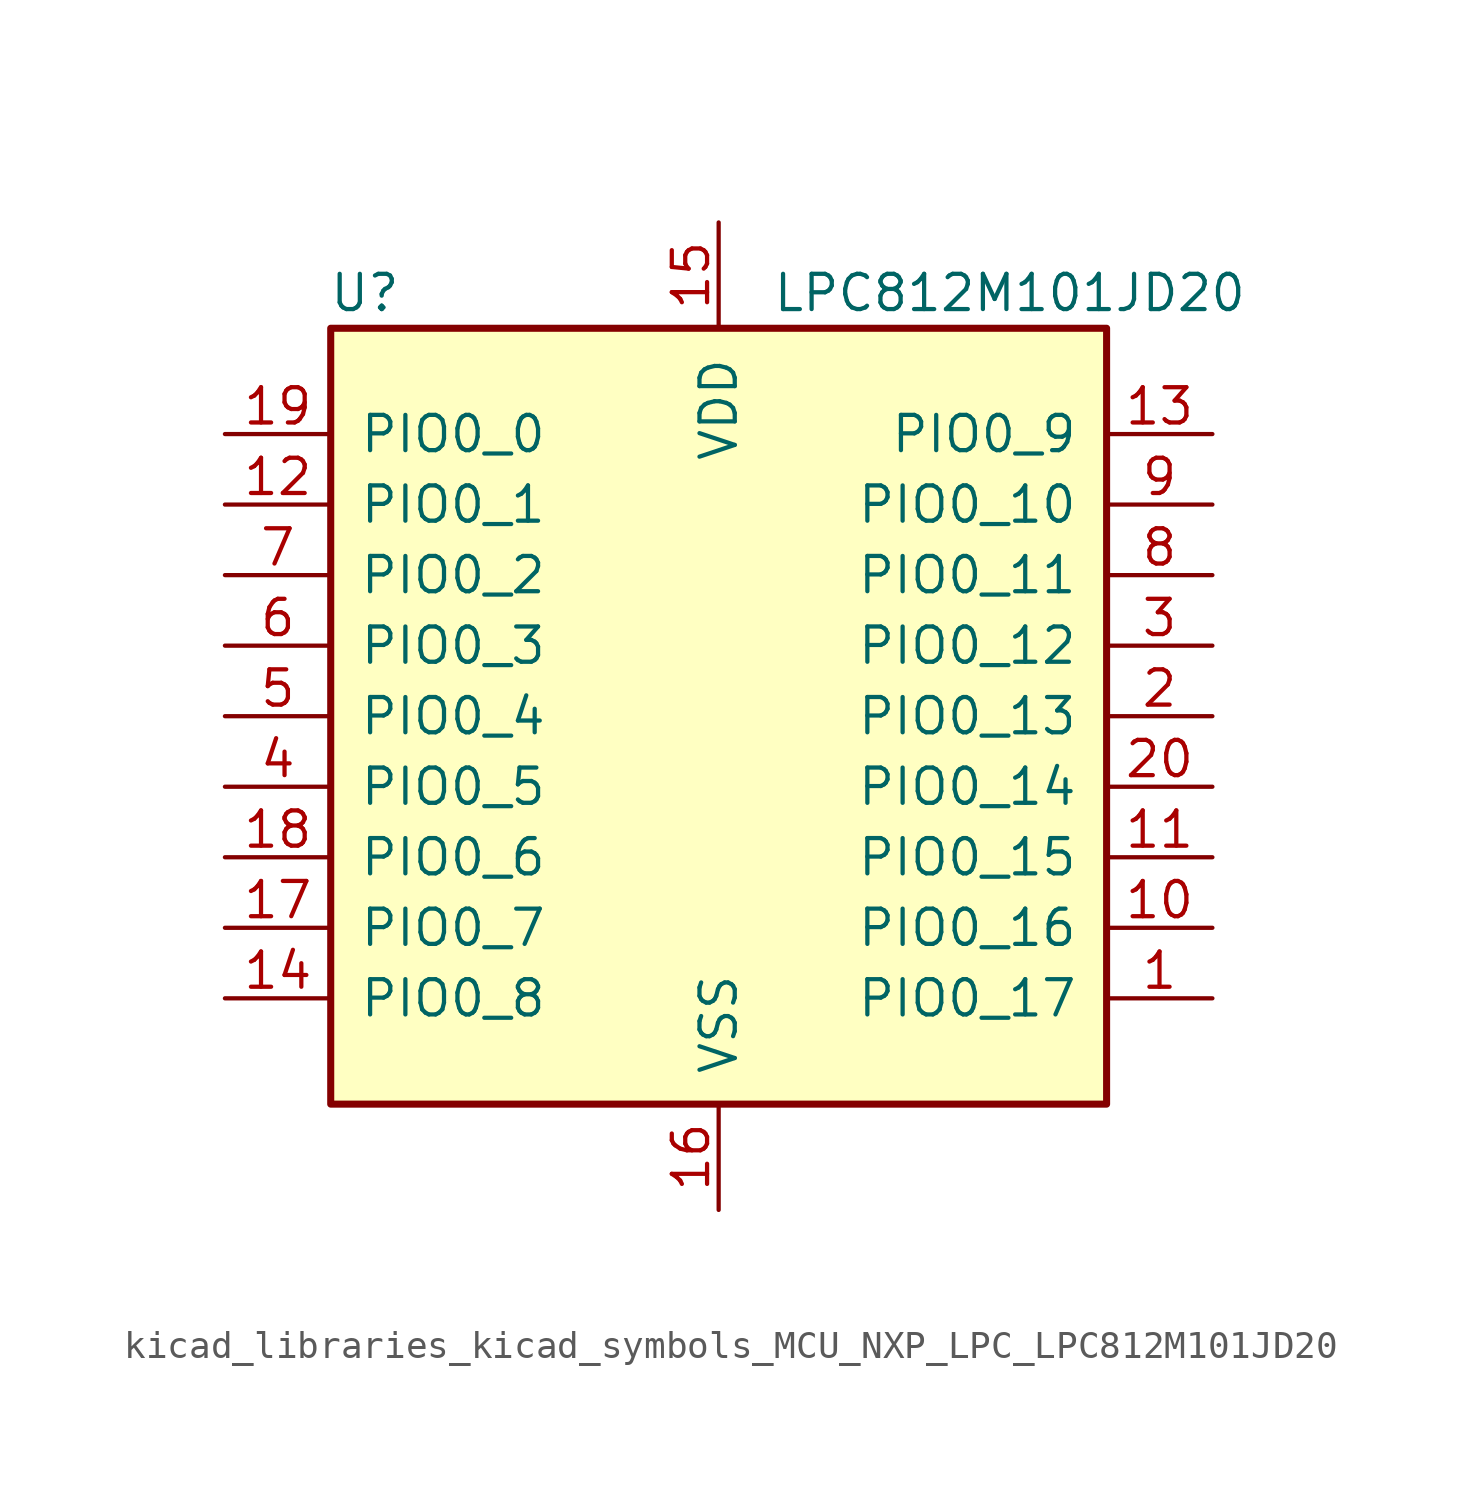
<source format=kicad_sym>
(kicad_symbol_lib
  (version 20220914)
  (generator kicad_symbol_editor)
  (symbol "kicad_libraries_kicad_symbols_MCU_NXP_LPC_LPC812M101JD20"
    (pin_names
      (offset 1.016))
    (property "Reference" "U"
      (at -11.43 15.24 0)
      (effects (font (size 1.27 1.27)) (justify right)))
    (property "Value" "LPC812M101JD20"
      (at 19.05 15.24 0)
      (effects (font (size 1.27 1.27)) (justify right)))
    (symbol "kicad_libraries_kicad_symbols_MCU_NXP_LPC_LPC812M101JD20_0_1"
      (rectangle (start 13.97 13.97) (end -13.97 -13.97) (stroke (width 0.254) (type default)) (fill (type background))))
    (symbol "kicad_libraries_kicad_symbols_MCU_NXP_LPC_LPC812M101JD20_1_1"
      (pin bidirectional line (at 17.78 -10.16 180) (length 3.81) (name "PIO0_17" (effects (font (size 1.27 1.27)))) (number "1" (effects (font (size 1.27 1.27)))))
      (pin bidirectional line (at 17.78 -7.62 180) (length 3.81) (name "PIO0_16" (effects (font (size 1.27 1.27)))) (number "10" (effects (font (size 1.27 1.27)))))
      (pin bidirectional line (at 17.78 -5.08 180) (length 3.81) (name "PIO0_15" (effects (font (size 1.27 1.27)))) (number "11" (effects (font (size 1.27 1.27)))))
      (pin bidirectional line (at -17.78 7.62 0) (length 3.81) (name "PIO0_1" (effects (font (size 1.27 1.27)))) (number "12" (effects (font (size 1.27 1.27)))))
      (pin bidirectional line (at 17.78 10.16 180) (length 3.81) (name "PIO0_9" (effects (font (size 1.27 1.27)))) (number "13" (effects (font (size 1.27 1.27)))))
      (pin bidirectional line (at -17.78 -10.16 0) (length 3.81) (name "PIO0_8" (effects (font (size 1.27 1.27)))) (number "14" (effects (font (size 1.27 1.27)))))
      (pin power_in line (at 0 17.78 270) (length 3.81) (name "VDD" (effects (font (size 1.27 1.27)))) (number "15" (effects (font (size 1.27 1.27)))))
      (pin power_in line (at 0 -17.78 90) (length 3.81) (name "VSS" (effects (font (size 1.27 1.27)))) (number "16" (effects (font (size 1.27 1.27)))))
      (pin bidirectional line (at -17.78 -7.62 0) (length 3.81) (name "PIO0_7" (effects (font (size 1.27 1.27)))) (number "17" (effects (font (size 1.27 1.27)))))
      (pin bidirectional line (at -17.78 -5.08 0) (length 3.81) (name "PIO0_6" (effects (font (size 1.27 1.27)))) (number "18" (effects (font (size 1.27 1.27)))))
      (pin bidirectional line (at -17.78 10.16 0) (length 3.81) (name "PIO0_0" (effects (font (size 1.27 1.27)))) (number "19" (effects (font (size 1.27 1.27)))))
      (pin bidirectional line (at 17.78 0 180) (length 3.81) (name "PIO0_13" (effects (font (size 1.27 1.27)))) (number "2" (effects (font (size 1.27 1.27)))))
      (pin bidirectional line (at 17.78 -2.54 180) (length 3.81) (name "PIO0_14" (effects (font (size 1.27 1.27)))) (number "20" (effects (font (size 1.27 1.27)))))
      (pin bidirectional line (at 17.78 2.54 180) (length 3.81) (name "PIO0_12" (effects (font (size 1.27 1.27)))) (number "3" (effects (font (size 1.27 1.27)))))
      (pin bidirectional line (at -17.78 -2.54 0) (length 3.81) (name "PIO0_5" (effects (font (size 1.27 1.27)))) (number "4" (effects (font (size 1.27 1.27)))))
      (pin bidirectional line (at -17.78 0 0) (length 3.81) (name "PIO0_4" (effects (font (size 1.27 1.27)))) (number "5" (effects (font (size 1.27 1.27)))))
      (pin bidirectional line (at -17.78 2.54 0) (length 3.81) (name "PIO0_3" (effects (font (size 1.27 1.27)))) (number "6" (effects (font (size 1.27 1.27)))))
      (pin bidirectional line (at -17.78 5.08 0) (length 3.81) (name "PIO0_2" (effects (font (size 1.27 1.27)))) (number "7" (effects (font (size 1.27 1.27)))))
      (pin bidirectional line (at 17.78 5.08 180) (length 3.81) (name "PIO0_11" (effects (font (size 1.27 1.27)))) (number "8" (effects (font (size 1.27 1.27)))))
      (pin bidirectional line (at 17.78 7.62 180) (length 3.81) (name "PIO0_10" (effects (font (size 1.27 1.27)))) (number "9" (effects (font (size 1.27 1.27))))))))
</source>
